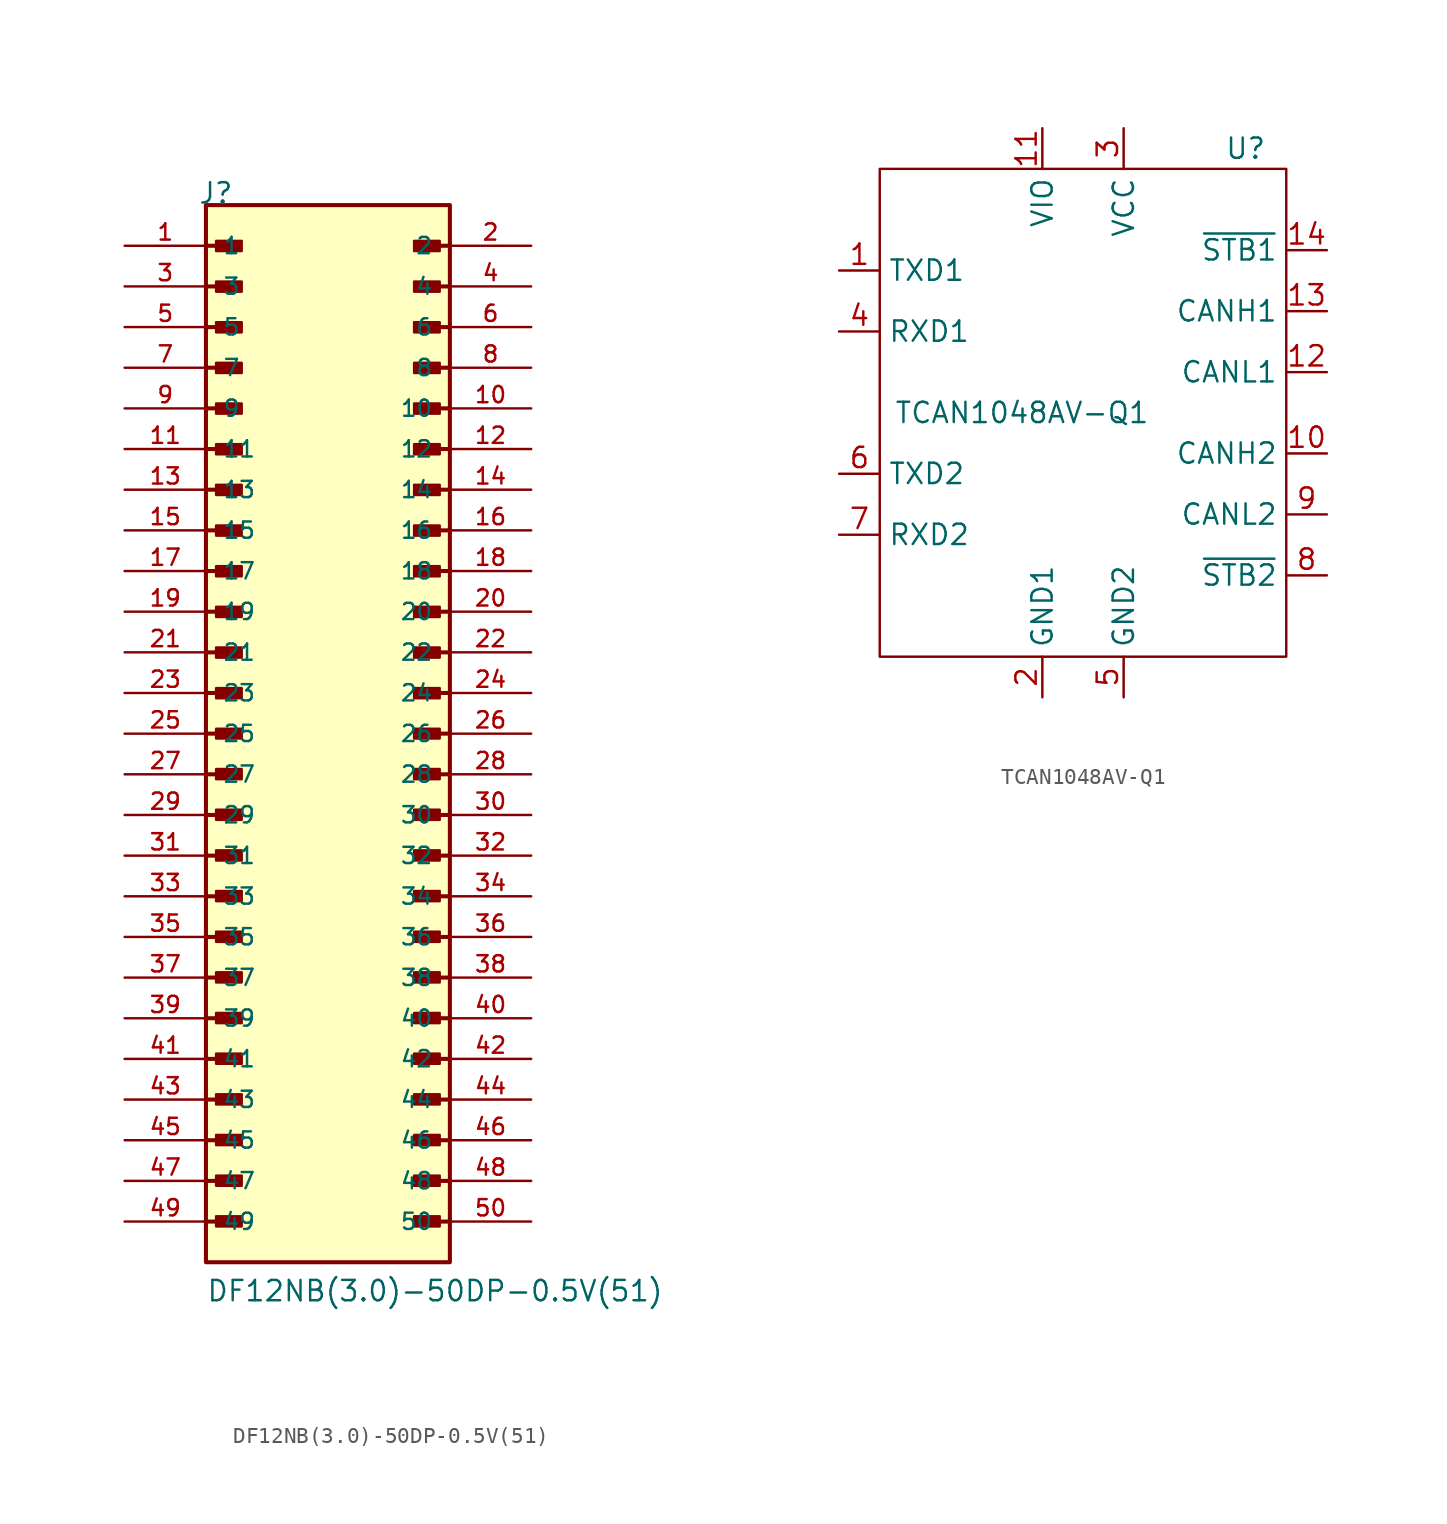
<source format=kicad_sym>
(kicad_symbol_lib
  (version 20211014)
  (generator kicad_symbol_editor)
  (symbol "DF12NB(3.0)-50DP-0.5V(51)"
    (pin_names
      (offset 1.016))
    (property "Reference" "J"
      (at -8.128 33.02 0)
      (effects (font (size 1.27 1.27)) (justify left bottom)))
    (property "Value" "DF12NB(3.0)-50DP-0.5V(51)"
      (at -7.62 -35.56 0)
      (effects (font (size 1.27 1.27)) (justify left bottom)))
    (symbol "DF12NB(3.0)-50DP-0.5V(51)_0_0"
      (rectangle (start -7.62 -33.02) (end 7.62 33.02) (stroke (width 0.254) (type default) (color 0 0 0 0)) (fill (type background)))
      (rectangle (start -6.985 -30.785) (end -5.385 -30.15) (stroke (width 0) (type default) (color 0 0 0 0)) (fill (type outline)))
      (rectangle (start -6.985 -28.245) (end -5.385 -27.61) (stroke (width 0) (type default) (color 0 0 0 0)) (fill (type outline)))
      (rectangle (start -6.985 -25.705) (end -5.385 -25.07) (stroke (width 0) (type default) (color 0 0 0 0)) (fill (type outline)))
      (rectangle (start -6.985 -23.165) (end -5.385 -22.53) (stroke (width 0) (type default) (color 0 0 0 0)) (fill (type outline)))
      (rectangle (start -6.985 -20.625) (end -5.385 -19.99) (stroke (width 0) (type default) (color 0 0 0 0)) (fill (type outline)))
      (rectangle (start -6.985 -18.085) (end -5.385 -17.45) (stroke (width 0) (type default) (color 0 0 0 0)) (fill (type outline)))
      (rectangle (start -6.985 -15.545) (end -5.385 -14.91) (stroke (width 0) (type default) (color 0 0 0 0)) (fill (type outline)))
      (rectangle (start -6.985 -13.005) (end -5.385 -12.37) (stroke (width 0) (type default) (color 0 0 0 0)) (fill (type outline)))
      (rectangle (start -6.985 -10.465) (end -5.385 -9.83) (stroke (width 0) (type default) (color 0 0 0 0)) (fill (type outline)))
      (rectangle (start -6.985 -7.925) (end -5.385 -7.29) (stroke (width 0) (type default) (color 0 0 0 0)) (fill (type outline)))
      (rectangle (start -6.985 -5.385) (end -5.385 -4.75) (stroke (width 0) (type default) (color 0 0 0 0)) (fill (type outline)))
      (rectangle (start -6.985 -2.845) (end -5.385 -2.21) (stroke (width 0) (type default) (color 0 0 0 0)) (fill (type outline)))
      (rectangle (start -6.985 -0.305) (end -5.385 0.305) (stroke (width 0) (type default) (color 0 0 0 0)) (fill (type outline)))
      (rectangle (start -6.985 2.21) (end -5.385 2.845) (stroke (width 0) (type default) (color 0 0 0 0)) (fill (type outline)))
      (rectangle (start -6.985 4.75) (end -5.385 5.385) (stroke (width 0) (type default) (color 0 0 0 0)) (fill (type outline)))
      (rectangle (start -6.985 7.29) (end -5.385 7.925) (stroke (width 0) (type default) (color 0 0 0 0)) (fill (type outline)))
      (rectangle (start -6.985 9.83) (end -5.385 10.465) (stroke (width 0) (type default) (color 0 0 0 0)) (fill (type outline)))
      (rectangle (start -6.985 12.37) (end -5.385 13.005) (stroke (width 0) (type default) (color 0 0 0 0)) (fill (type outline)))
      (rectangle (start -6.985 14.91) (end -5.385 15.545) (stroke (width 0) (type default) (color 0 0 0 0)) (fill (type outline)))
      (rectangle (start -6.985 17.45) (end -5.385 18.085) (stroke (width 0) (type default) (color 0 0 0 0)) (fill (type outline)))
      (rectangle (start -6.985 19.99) (end -5.385 20.625) (stroke (width 0) (type default) (color 0 0 0 0)) (fill (type outline)))
      (rectangle (start -6.985 22.53) (end -5.385 23.165) (stroke (width 0) (type default) (color 0 0 0 0)) (fill (type outline)))
      (rectangle (start -6.985 25.07) (end -5.385 25.705) (stroke (width 0) (type default) (color 0 0 0 0)) (fill (type outline)))
      (rectangle (start -6.985 27.61) (end -5.385 28.245) (stroke (width 0) (type default) (color 0 0 0 0)) (fill (type outline)))
      (rectangle (start -6.985 30.15) (end -5.385 30.785) (stroke (width 0) (type default) (color 0 0 0 0)) (fill (type outline)))
      (polyline (pts (xy -7.62 -30.48) (xy -5.715 -30.48)) (stroke (width 0.254) (type default) (color 0 0 0 0)) (fill (type none)))
      (polyline (pts (xy -7.62 -27.94) (xy -5.715 -27.94)) (stroke (width 0.254) (type default) (color 0 0 0 0)) (fill (type none)))
      (polyline (pts (xy -7.62 -25.4) (xy -5.715 -25.4)) (stroke (width 0.254) (type default) (color 0 0 0 0)) (fill (type none)))
      (polyline (pts (xy -7.62 -22.86) (xy -5.715 -22.86)) (stroke (width 0.254) (type default) (color 0 0 0 0)) (fill (type none)))
      (polyline (pts (xy -7.62 -20.32) (xy -5.715 -20.32)) (stroke (width 0.254) (type default) (color 0 0 0 0)) (fill (type none)))
      (polyline (pts (xy -7.62 -17.78) (xy -5.715 -17.78)) (stroke (width 0.254) (type default) (color 0 0 0 0)) (fill (type none)))
      (polyline (pts (xy -7.62 -15.24) (xy -5.715 -15.24)) (stroke (width 0.254) (type default) (color 0 0 0 0)) (fill (type none)))
      (polyline (pts (xy -7.62 -12.7) (xy -5.715 -12.7)) (stroke (width 0.254) (type default) (color 0 0 0 0)) (fill (type none)))
      (polyline (pts (xy -7.62 -10.16) (xy -5.715 -10.16)) (stroke (width 0.254) (type default) (color 0 0 0 0)) (fill (type none)))
      (polyline (pts (xy -7.62 -7.62) (xy -5.715 -7.62)) (stroke (width 0.254) (type default) (color 0 0 0 0)) (fill (type none)))
      (polyline (pts (xy -7.62 -5.08) (xy -5.715 -5.08)) (stroke (width 0.254) (type default) (color 0 0 0 0)) (fill (type none)))
      (polyline (pts (xy -7.62 -2.54) (xy -5.715 -2.54)) (stroke (width 0.254) (type default) (color 0 0 0 0)) (fill (type none)))
      (polyline (pts (xy -7.62 0) (xy -5.715 0)) (stroke (width 0.254) (type default) (color 0 0 0 0)) (fill (type none)))
      (polyline (pts (xy -7.62 2.54) (xy -5.715 2.54)) (stroke (width 0.254) (type default) (color 0 0 0 0)) (fill (type none)))
      (polyline (pts (xy -7.62 5.08) (xy -5.715 5.08)) (stroke (width 0.254) (type default) (color 0 0 0 0)) (fill (type none)))
      (polyline (pts (xy -7.62 7.62) (xy -5.715 7.62)) (stroke (width 0.254) (type default) (color 0 0 0 0)) (fill (type none)))
      (polyline (pts (xy -7.62 10.16) (xy -5.715 10.16)) (stroke (width 0.254) (type default) (color 0 0 0 0)) (fill (type none)))
      (polyline (pts (xy -7.62 12.7) (xy -5.715 12.7)) (stroke (width 0.254) (type default) (color 0 0 0 0)) (fill (type none)))
      (polyline (pts (xy -7.62 15.24) (xy -5.715 15.24)) (stroke (width 0.254) (type default) (color 0 0 0 0)) (fill (type none)))
      (polyline (pts (xy -7.62 17.78) (xy -5.715 17.78)) (stroke (width 0.254) (type default) (color 0 0 0 0)) (fill (type none)))
      (polyline (pts (xy -7.62 20.32) (xy -5.715 20.32)) (stroke (width 0.254) (type default) (color 0 0 0 0)) (fill (type none)))
      (polyline (pts (xy -7.62 22.86) (xy -5.715 22.86)) (stroke (width 0.254) (type default) (color 0 0 0 0)) (fill (type none)))
      (polyline (pts (xy -7.62 25.4) (xy -5.715 25.4)) (stroke (width 0.254) (type default) (color 0 0 0 0)) (fill (type none)))
      (polyline (pts (xy -7.62 27.94) (xy -5.715 27.94)) (stroke (width 0.254) (type default) (color 0 0 0 0)) (fill (type none)))
      (polyline (pts (xy -7.62 30.48) (xy -5.715 30.48)) (stroke (width 0.254) (type default) (color 0 0 0 0)) (fill (type none)))
      (polyline (pts (xy 7.62 -30.48) (xy 5.715 -30.48)) (stroke (width 0.254) (type default) (color 0 0 0 0)) (fill (type none)))
      (polyline (pts (xy 7.62 -27.94) (xy 5.715 -27.94)) (stroke (width 0.254) (type default) (color 0 0 0 0)) (fill (type none)))
      (polyline (pts (xy 7.62 -25.4) (xy 5.715 -25.4)) (stroke (width 0.254) (type default) (color 0 0 0 0)) (fill (type none)))
      (polyline (pts (xy 7.62 -22.86) (xy 5.715 -22.86)) (stroke (width 0.254) (type default) (color 0 0 0 0)) (fill (type none)))
      (polyline (pts (xy 7.62 -20.32) (xy 5.715 -20.32)) (stroke (width 0.254) (type default) (color 0 0 0 0)) (fill (type none)))
      (polyline (pts (xy 7.62 -17.78) (xy 5.715 -17.78)) (stroke (width 0.254) (type default) (color 0 0 0 0)) (fill (type none)))
      (polyline (pts (xy 7.62 -15.24) (xy 5.715 -15.24)) (stroke (width 0.254) (type default) (color 0 0 0 0)) (fill (type none)))
      (polyline (pts (xy 7.62 -12.7) (xy 5.715 -12.7)) (stroke (width 0.254) (type default) (color 0 0 0 0)) (fill (type none)))
      (polyline (pts (xy 7.62 -10.16) (xy 5.715 -10.16)) (stroke (width 0.254) (type default) (color 0 0 0 0)) (fill (type none)))
      (polyline (pts (xy 7.62 -7.62) (xy 5.715 -7.62)) (stroke (width 0.254) (type default) (color 0 0 0 0)) (fill (type none)))
      (polyline (pts (xy 7.62 -5.08) (xy 5.715 -5.08)) (stroke (width 0.254) (type default) (color 0 0 0 0)) (fill (type none)))
      (polyline (pts (xy 7.62 -2.54) (xy 5.715 -2.54)) (stroke (width 0.254) (type default) (color 0 0 0 0)) (fill (type none)))
      (polyline (pts (xy 7.62 0) (xy 5.715 0)) (stroke (width 0.254) (type default) (color 0 0 0 0)) (fill (type none)))
      (polyline (pts (xy 7.62 2.54) (xy 5.715 2.54)) (stroke (width 0.254) (type default) (color 0 0 0 0)) (fill (type none)))
      (polyline (pts (xy 7.62 5.08) (xy 5.715 5.08)) (stroke (width 0.254) (type default) (color 0 0 0 0)) (fill (type none)))
      (polyline (pts (xy 7.62 7.62) (xy 5.715 7.62)) (stroke (width 0.254) (type default) (color 0 0 0 0)) (fill (type none)))
      (polyline (pts (xy 7.62 10.16) (xy 5.715 10.16)) (stroke (width 0.254) (type default) (color 0 0 0 0)) (fill (type none)))
      (polyline (pts (xy 7.62 12.7) (xy 5.715 12.7)) (stroke (width 0.254) (type default) (color 0 0 0 0)) (fill (type none)))
      (polyline (pts (xy 7.62 15.24) (xy 5.715 15.24)) (stroke (width 0.254) (type default) (color 0 0 0 0)) (fill (type none)))
      (polyline (pts (xy 7.62 17.78) (xy 5.715 17.78)) (stroke (width 0.254) (type default) (color 0 0 0 0)) (fill (type none)))
      (polyline (pts (xy 7.62 20.32) (xy 5.715 20.32)) (stroke (width 0.254) (type default) (color 0 0 0 0)) (fill (type none)))
      (polyline (pts (xy 7.62 22.86) (xy 5.715 22.86)) (stroke (width 0.254) (type default) (color 0 0 0 0)) (fill (type none)))
      (polyline (pts (xy 7.62 25.4) (xy 5.715 25.4)) (stroke (width 0.254) (type default) (color 0 0 0 0)) (fill (type none)))
      (polyline (pts (xy 7.62 27.94) (xy 5.715 27.94)) (stroke (width 0.254) (type default) (color 0 0 0 0)) (fill (type none)))
      (polyline (pts (xy 7.62 30.48) (xy 5.715 30.48)) (stroke (width 0.254) (type default) (color 0 0 0 0)) (fill (type none)))
      (rectangle (start 6.985 -30.785) (end 5.385 -30.15) (stroke (width 0) (type default) (color 0 0 0 0)) (fill (type outline)))
      (rectangle (start 6.985 -28.245) (end 5.385 -27.61) (stroke (width 0) (type default) (color 0 0 0 0)) (fill (type outline)))
      (rectangle (start 6.985 -25.705) (end 5.385 -25.07) (stroke (width 0) (type default) (color 0 0 0 0)) (fill (type outline)))
      (rectangle (start 6.985 -23.165) (end 5.385 -22.53) (stroke (width 0) (type default) (color 0 0 0 0)) (fill (type outline)))
      (rectangle (start 6.985 -20.625) (end 5.385 -19.99) (stroke (width 0) (type default) (color 0 0 0 0)) (fill (type outline)))
      (rectangle (start 6.985 -18.085) (end 5.385 -17.45) (stroke (width 0) (type default) (color 0 0 0 0)) (fill (type outline)))
      (rectangle (start 6.985 -15.545) (end 5.385 -14.91) (stroke (width 0) (type default) (color 0 0 0 0)) (fill (type outline)))
      (rectangle (start 6.985 -13.005) (end 5.385 -12.37) (stroke (width 0) (type default) (color 0 0 0 0)) (fill (type outline)))
      (rectangle (start 6.985 -10.465) (end 5.385 -9.83) (stroke (width 0) (type default) (color 0 0 0 0)) (fill (type outline)))
      (rectangle (start 6.985 -7.925) (end 5.385 -7.29) (stroke (width 0) (type default) (color 0 0 0 0)) (fill (type outline)))
      (rectangle (start 6.985 -5.385) (end 5.385 -4.75) (stroke (width 0) (type default) (color 0 0 0 0)) (fill (type outline)))
      (rectangle (start 6.985 -2.845) (end 5.385 -2.21) (stroke (width 0) (type default) (color 0 0 0 0)) (fill (type outline)))
      (rectangle (start 6.985 -0.305) (end 5.385 0.305) (stroke (width 0) (type default) (color 0 0 0 0)) (fill (type outline)))
      (rectangle (start 6.985 2.21) (end 5.385 2.845) (stroke (width 0) (type default) (color 0 0 0 0)) (fill (type outline)))
      (rectangle (start 6.985 4.75) (end 5.385 5.385) (stroke (width 0) (type default) (color 0 0 0 0)) (fill (type outline)))
      (rectangle (start 6.985 7.29) (end 5.385 7.925) (stroke (width 0) (type default) (color 0 0 0 0)) (fill (type outline)))
      (rectangle (start 6.985 9.83) (end 5.385 10.465) (stroke (width 0) (type default) (color 0 0 0 0)) (fill (type outline)))
      (rectangle (start 6.985 12.37) (end 5.385 13.005) (stroke (width 0) (type default) (color 0 0 0 0)) (fill (type outline)))
      (rectangle (start 6.985 14.91) (end 5.385 15.545) (stroke (width 0) (type default) (color 0 0 0 0)) (fill (type outline)))
      (rectangle (start 6.985 17.45) (end 5.385 18.085) (stroke (width 0) (type default) (color 0 0 0 0)) (fill (type outline)))
      (rectangle (start 6.985 19.99) (end 5.385 20.625) (stroke (width 0) (type default) (color 0 0 0 0)) (fill (type outline)))
      (rectangle (start 6.985 22.53) (end 5.385 23.165) (stroke (width 0) (type default) (color 0 0 0 0)) (fill (type outline)))
      (rectangle (start 6.985 25.07) (end 5.385 25.705) (stroke (width 0) (type default) (color 0 0 0 0)) (fill (type outline)))
      (rectangle (start 6.985 27.61) (end 5.385 28.245) (stroke (width 0) (type default) (color 0 0 0 0)) (fill (type outline)))
      (rectangle (start 6.985 30.15) (end 5.385 30.785) (stroke (width 0) (type default) (color 0 0 0 0)) (fill (type outline)))
      (pin passive line (at -12.7 30.48 0) (length 5.08) (name "1" (effects (font (size 1.016 1.016)))) (number "1" (effects (font (size 1.016 1.016)))))
      (pin passive line (at 12.7 20.32 180) (length 5.08) (name "10" (effects (font (size 1.016 1.016)))) (number "10" (effects (font (size 1.016 1.016)))))
      (pin passive line (at -12.7 17.78 0) (length 5.08) (name "11" (effects (font (size 1.016 1.016)))) (number "11" (effects (font (size 1.016 1.016)))))
      (pin passive line (at 12.7 17.78 180) (length 5.08) (name "12" (effects (font (size 1.016 1.016)))) (number "12" (effects (font (size 1.016 1.016)))))
      (pin passive line (at -12.7 15.24 0) (length 5.08) (name "13" (effects (font (size 1.016 1.016)))) (number "13" (effects (font (size 1.016 1.016)))))
      (pin passive line (at 12.7 15.24 180) (length 5.08) (name "14" (effects (font (size 1.016 1.016)))) (number "14" (effects (font (size 1.016 1.016)))))
      (pin passive line (at -12.7 12.7 0) (length 5.08) (name "15" (effects (font (size 1.016 1.016)))) (number "15" (effects (font (size 1.016 1.016)))))
      (pin passive line (at 12.7 12.7 180) (length 5.08) (name "16" (effects (font (size 1.016 1.016)))) (number "16" (effects (font (size 1.016 1.016)))))
      (pin passive line (at -12.7 10.16 0) (length 5.08) (name "17" (effects (font (size 1.016 1.016)))) (number "17" (effects (font (size 1.016 1.016)))))
      (pin passive line (at 12.7 10.16 180) (length 5.08) (name "18" (effects (font (size 1.016 1.016)))) (number "18" (effects (font (size 1.016 1.016)))))
      (pin passive line (at -12.7 7.62 0) (length 5.08) (name "19" (effects (font (size 1.016 1.016)))) (number "19" (effects (font (size 1.016 1.016)))))
      (pin passive line (at 12.7 30.48 180) (length 5.08) (name "2" (effects (font (size 1.016 1.016)))) (number "2" (effects (font (size 1.016 1.016)))))
      (pin passive line (at 12.7 7.62 180) (length 5.08) (name "20" (effects (font (size 1.016 1.016)))) (number "20" (effects (font (size 1.016 1.016)))))
      (pin passive line (at -12.7 5.08 0) (length 5.08) (name "21" (effects (font (size 1.016 1.016)))) (number "21" (effects (font (size 1.016 1.016)))))
      (pin passive line (at 12.7 5.08 180) (length 5.08) (name "22" (effects (font (size 1.016 1.016)))) (number "22" (effects (font (size 1.016 1.016)))))
      (pin passive line (at -12.7 2.54 0) (length 5.08) (name "23" (effects (font (size 1.016 1.016)))) (number "23" (effects (font (size 1.016 1.016)))))
      (pin passive line (at 12.7 2.54 180) (length 5.08) (name "24" (effects (font (size 1.016 1.016)))) (number "24" (effects (font (size 1.016 1.016)))))
      (pin passive line (at -12.7 0 0) (length 5.08) (name "25" (effects (font (size 1.016 1.016)))) (number "25" (effects (font (size 1.016 1.016)))))
      (pin passive line (at 12.7 0 180) (length 5.08) (name "26" (effects (font (size 1.016 1.016)))) (number "26" (effects (font (size 1.016 1.016)))))
      (pin passive line (at -12.7 -2.54 0) (length 5.08) (name "27" (effects (font (size 1.016 1.016)))) (number "27" (effects (font (size 1.016 1.016)))))
      (pin passive line (at 12.7 -2.54 180) (length 5.08) (name "28" (effects (font (size 1.016 1.016)))) (number "28" (effects (font (size 1.016 1.016)))))
      (pin passive line (at -12.7 -5.08 0) (length 5.08) (name "29" (effects (font (size 1.016 1.016)))) (number "29" (effects (font (size 1.016 1.016)))))
      (pin passive line (at -12.7 27.94 0) (length 5.08) (name "3" (effects (font (size 1.016 1.016)))) (number "3" (effects (font (size 1.016 1.016)))))
      (pin passive line (at 12.7 -5.08 180) (length 5.08) (name "30" (effects (font (size 1.016 1.016)))) (number "30" (effects (font (size 1.016 1.016)))))
      (pin passive line (at -12.7 -7.62 0) (length 5.08) (name "31" (effects (font (size 1.016 1.016)))) (number "31" (effects (font (size 1.016 1.016)))))
      (pin passive line (at 12.7 -7.62 180) (length 5.08) (name "32" (effects (font (size 1.016 1.016)))) (number "32" (effects (font (size 1.016 1.016)))))
      (pin passive line (at -12.7 -10.16 0) (length 5.08) (name "33" (effects (font (size 1.016 1.016)))) (number "33" (effects (font (size 1.016 1.016)))))
      (pin passive line (at 12.7 -10.16 180) (length 5.08) (name "34" (effects (font (size 1.016 1.016)))) (number "34" (effects (font (size 1.016 1.016)))))
      (pin passive line (at -12.7 -12.7 0) (length 5.08) (name "35" (effects (font (size 1.016 1.016)))) (number "35" (effects (font (size 1.016 1.016)))))
      (pin passive line (at 12.7 -12.7 180) (length 5.08) (name "36" (effects (font (size 1.016 1.016)))) (number "36" (effects (font (size 1.016 1.016)))))
      (pin passive line (at -12.7 -15.24 0) (length 5.08) (name "37" (effects (font (size 1.016 1.016)))) (number "37" (effects (font (size 1.016 1.016)))))
      (pin passive line (at 12.7 -15.24 180) (length 5.08) (name "38" (effects (font (size 1.016 1.016)))) (number "38" (effects (font (size 1.016 1.016)))))
      (pin passive line (at -12.7 -17.78 0) (length 5.08) (name "39" (effects (font (size 1.016 1.016)))) (number "39" (effects (font (size 1.016 1.016)))))
      (pin passive line (at 12.7 27.94 180) (length 5.08) (name "4" (effects (font (size 1.016 1.016)))) (number "4" (effects (font (size 1.016 1.016)))))
      (pin passive line (at 12.7 -17.78 180) (length 5.08) (name "40" (effects (font (size 1.016 1.016)))) (number "40" (effects (font (size 1.016 1.016)))))
      (pin passive line (at -12.7 -20.32 0) (length 5.08) (name "41" (effects (font (size 1.016 1.016)))) (number "41" (effects (font (size 1.016 1.016)))))
      (pin passive line (at 12.7 -20.32 180) (length 5.08) (name "42" (effects (font (size 1.016 1.016)))) (number "42" (effects (font (size 1.016 1.016)))))
      (pin passive line (at -12.7 -22.86 0) (length 5.08) (name "43" (effects (font (size 1.016 1.016)))) (number "43" (effects (font (size 1.016 1.016)))))
      (pin passive line (at 12.7 -22.86 180) (length 5.08) (name "44" (effects (font (size 1.016 1.016)))) (number "44" (effects (font (size 1.016 1.016)))))
      (pin passive line (at -12.7 -25.4 0) (length 5.08) (name "45" (effects (font (size 1.016 1.016)))) (number "45" (effects (font (size 1.016 1.016)))))
      (pin passive line (at 12.7 -25.4 180) (length 5.08) (name "46" (effects (font (size 1.016 1.016)))) (number "46" (effects (font (size 1.016 1.016)))))
      (pin passive line (at -12.7 -27.94 0) (length 5.08) (name "47" (effects (font (size 1.016 1.016)))) (number "47" (effects (font (size 1.016 1.016)))))
      (pin passive line (at 12.7 -27.94 180) (length 5.08) (name "48" (effects (font (size 1.016 1.016)))) (number "48" (effects (font (size 1.016 1.016)))))
      (pin passive line (at -12.7 -30.48 0) (length 5.08) (name "49" (effects (font (size 1.016 1.016)))) (number "49" (effects (font (size 1.016 1.016)))))
      (pin passive line (at -12.7 25.4 0) (length 5.08) (name "5" (effects (font (size 1.016 1.016)))) (number "5" (effects (font (size 1.016 1.016)))))
      (pin passive line (at 12.7 -30.48 180) (length 5.08) (name "50" (effects (font (size 1.016 1.016)))) (number "50" (effects (font (size 1.016 1.016)))))
      (pin passive line (at 12.7 25.4 180) (length 5.08) (name "6" (effects (font (size 1.016 1.016)))) (number "6" (effects (font (size 1.016 1.016)))))
      (pin passive line (at -12.7 22.86 0) (length 5.08) (name "7" (effects (font (size 1.016 1.016)))) (number "7" (effects (font (size 1.016 1.016)))))
      (pin passive line (at 12.7 22.86 180) (length 5.08) (name "8" (effects (font (size 1.016 1.016)))) (number "8" (effects (font (size 1.016 1.016)))))
      (pin passive line (at -12.7 20.32 0) (length 5.08) (name "9" (effects (font (size 1.016 1.016)))) (number "9" (effects (font (size 1.016 1.016)))))))
  (symbol "TCAN1048AV-Q1"
    (property "Reference" "U"
      (at 10.16 13.97 0)
      (effects (font (size 1.27 1.27))))
    (property "Value" "TCAN1048AV-Q1"
      (at -3.81 -2.54 0)
      (effects (font (size 1.27 1.27))))
    (symbol "TCAN1048AV-Q1_0_1"
      (rectangle (start -12.7 12.7) (end 12.7 -17.78) (stroke (width 0) (type default) (color 0 0 0 0)) (fill (type none))))
    (symbol "TCAN1048AV-Q1_1_1"
      (pin input line (at -15.24 6.35 0) (length 2.54) (name "TXD1" (effects (font (size 1.27 1.27)))) (number "1" (effects (font (size 1.27 1.27)))))
      (pin bidirectional line (at 15.24 -5.08 180) (length 2.54) (name "CANH2" (effects (font (size 1.27 1.27)))) (number "10" (effects (font (size 1.27 1.27)))))
      (pin power_in line (at -2.54 15.24 270) (length 2.54) (name "VIO" (effects (font (size 1.27 1.27)))) (number "11" (effects (font (size 1.27 1.27)))))
      (pin bidirectional line (at 15.24 0 180) (length 2.54) (name "CANL1" (effects (font (size 1.27 1.27)))) (number "12" (effects (font (size 1.27 1.27)))))
      (pin bidirectional line (at 15.24 3.81 180) (length 2.54) (name "CANH1" (effects (font (size 1.27 1.27)))) (number "13" (effects (font (size 1.27 1.27)))))
      (pin input line (at 15.24 7.62 180) (length 2.54) (name "~{STB1}" (effects (font (size 1.27 1.27)))) (number "14" (effects (font (size 1.27 1.27)))))
      (pin power_in line (at -2.54 -20.32 90) (length 2.54) (name "GND1" (effects (font (size 1.27 1.27)))) (number "2" (effects (font (size 1.27 1.27)))))
      (pin power_in line (at 2.54 15.24 270) (length 2.54) (name "VCC" (effects (font (size 1.27 1.27)))) (number "3" (effects (font (size 1.27 1.27)))))
      (pin output line (at -15.24 2.54 0) (length 2.54) (name "RXD1" (effects (font (size 1.27 1.27)))) (number "4" (effects (font (size 1.27 1.27)))))
      (pin power_in line (at 2.54 -20.32 90) (length 2.54) (name "GND2" (effects (font (size 1.27 1.27)))) (number "5" (effects (font (size 1.27 1.27)))))
      (pin input line (at -15.24 -6.35 0) (length 2.54) (name "TXD2" (effects (font (size 1.27 1.27)))) (number "6" (effects (font (size 1.27 1.27)))))
      (pin output line (at -15.24 -10.16 0) (length 2.54) (name "RXD2" (effects (font (size 1.27 1.27)))) (number "7" (effects (font (size 1.27 1.27)))))
      (pin input line (at 15.24 -12.7 180) (length 2.54) (name "~{STB2}" (effects (font (size 1.27 1.27)))) (number "8" (effects (font (size 1.27 1.27)))))
      (pin bidirectional line (at 15.24 -8.89 180) (length 2.54) (name "CANL2" (effects (font (size 1.27 1.27)))) (number "9" (effects (font (size 1.27 1.27))))))))
</source>
